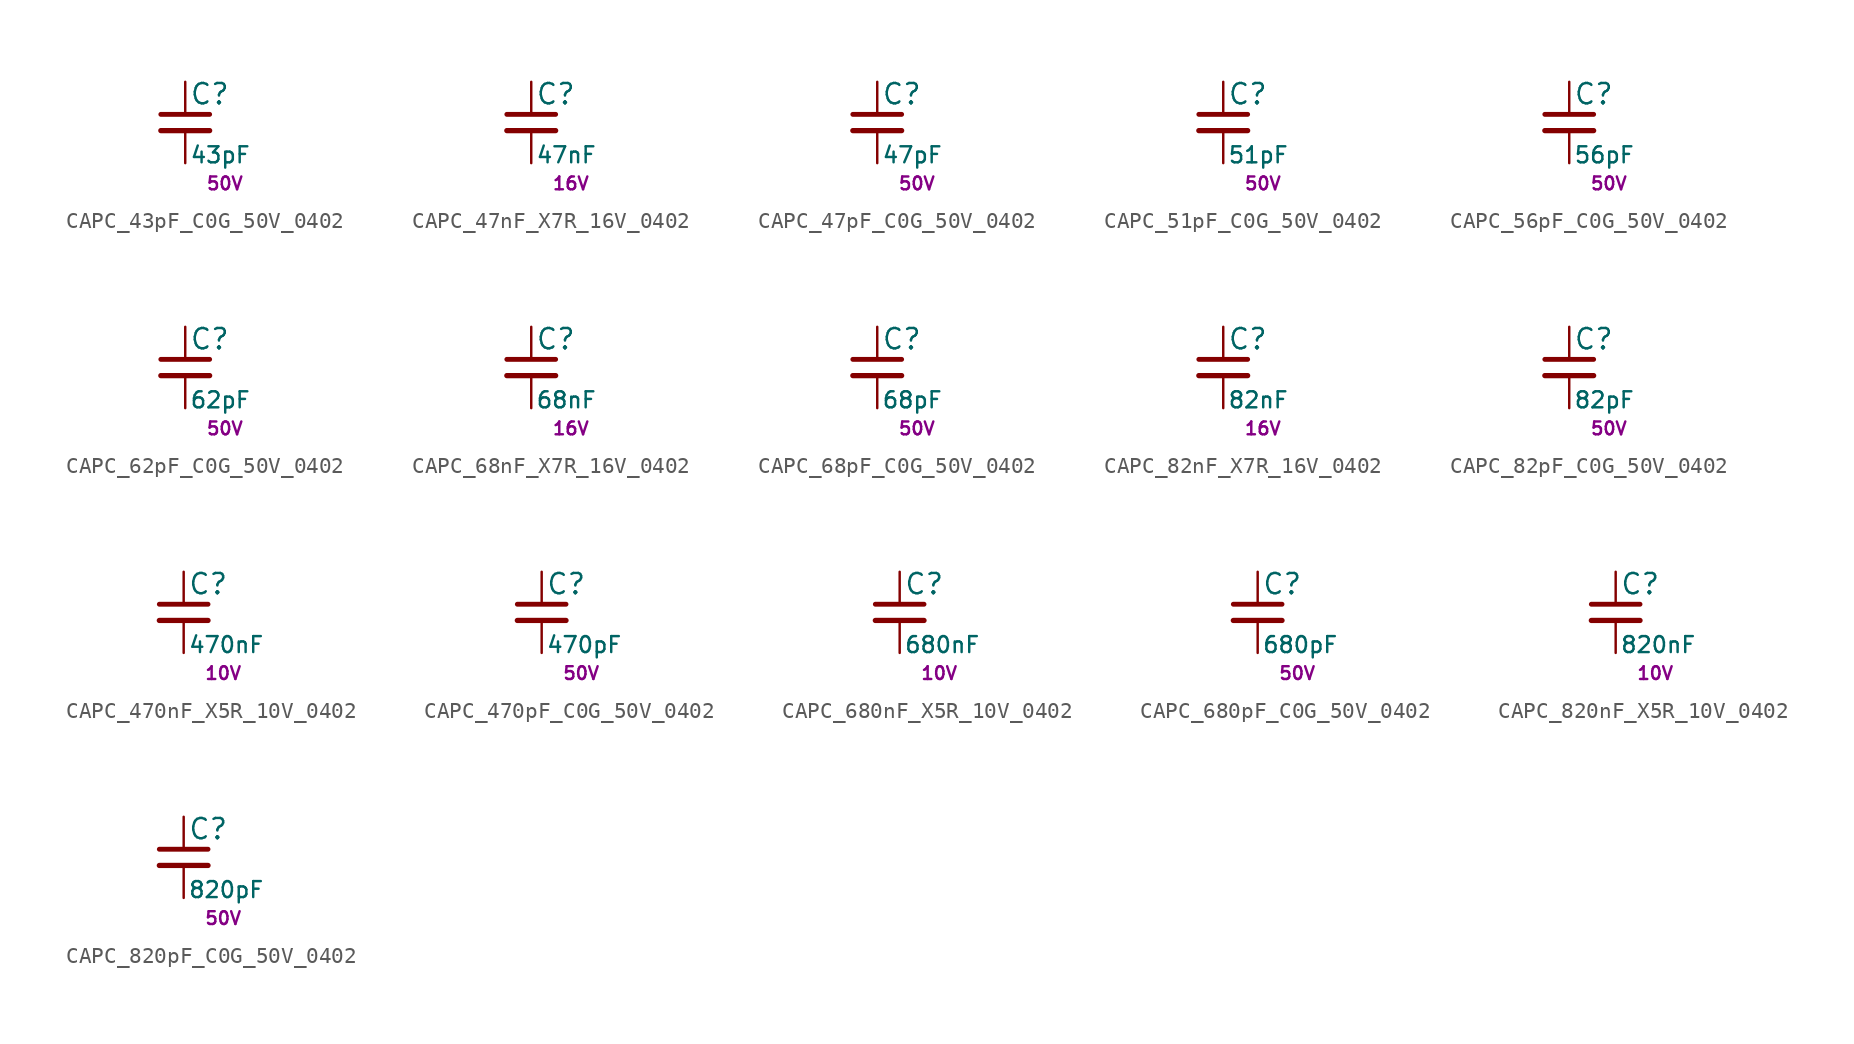
<source format=kicad_sym>
(kicad_symbol_lib
  (version 20211014)
  (generator kicad_LibGenerator)
  (symbol "CAPC_43pF_C0G_50V_0402"
    (pin_numbers hide)
    (pin_names
      (offset 0.254) hide)
    (property "Reference" "C"
      (at 0.254 1.778 0)
      (effects (font (size 1.27 1.27)) (justify left)))
    (property "Value" "43pF"
      (at 0.254 -2.032 0)
      (effects (font (size 1 1)) (justify left)))
    (property "Voltage" "50V"
      (at 1.27 -3.81 0)
      (effects (font (size 0.8 0.8)) (justify left)))
    (symbol "CAPC_43pF_C0G_50V_0402_0_1"
      (polyline (pts (xy -1.524 -0.508) (xy 1.524 -0.508)) (stroke (width 0.33) (type default) (color 0 0 0 0)) (fill (type none)))
      (polyline (pts (xy -1.524 0.508) (xy 1.524 0.508)) (stroke (width 0.305) (type default) (color 0 0 0 0)) (fill (type none))))
    (symbol "CAPC_43pF_C0G_50V_0402_1_1"
      (pin passive line (at 0 2.54 270) (length 2.032) (name "~" (effects (font (size 1.27 1.27)))) (number "1" (effects (font (size 1.27 1.27)))))
      (pin passive line (at 0 -2.54 90) (length 2.032) (name "~" (effects (font (size 1.27 1.27)))) (number "2" (effects (font (size 1.27 1.27)))))))
  (symbol "CAPC_47nF_X7R_16V_0402"
    (pin_numbers hide)
    (pin_names
      (offset 0.254) hide)
    (property "Reference" "C"
      (at 0.254 1.778 0)
      (effects (font (size 1.27 1.27)) (justify left)))
    (property "Value" "47nF"
      (at 0.254 -2.032 0)
      (effects (font (size 1 1)) (justify left)))
    (property "Voltage" "16V"
      (at 1.27 -3.81 0)
      (effects (font (size 0.8 0.8)) (justify left)))
    (symbol "CAPC_47nF_X7R_16V_0402_0_1"
      (polyline (pts (xy -1.524 -0.508) (xy 1.524 -0.508)) (stroke (width 0.33) (type default) (color 0 0 0 0)) (fill (type none)))
      (polyline (pts (xy -1.524 0.508) (xy 1.524 0.508)) (stroke (width 0.305) (type default) (color 0 0 0 0)) (fill (type none))))
    (symbol "CAPC_47nF_X7R_16V_0402_1_1"
      (pin passive line (at 0 2.54 270) (length 2.032) (name "~" (effects (font (size 1.27 1.27)))) (number "1" (effects (font (size 1.27 1.27)))))
      (pin passive line (at 0 -2.54 90) (length 2.032) (name "~" (effects (font (size 1.27 1.27)))) (number "2" (effects (font (size 1.27 1.27)))))))
  (symbol "CAPC_47pF_C0G_50V_0402"
    (pin_numbers hide)
    (pin_names
      (offset 0.254) hide)
    (property "Reference" "C"
      (at 0.254 1.778 0)
      (effects (font (size 1.27 1.27)) (justify left)))
    (property "Value" "47pF"
      (at 0.254 -2.032 0)
      (effects (font (size 1 1)) (justify left)))
    (property "Voltage" "50V"
      (at 1.27 -3.81 0)
      (effects (font (size 0.8 0.8)) (justify left)))
    (symbol "CAPC_47pF_C0G_50V_0402_0_1"
      (polyline (pts (xy -1.524 -0.508) (xy 1.524 -0.508)) (stroke (width 0.33) (type default) (color 0 0 0 0)) (fill (type none)))
      (polyline (pts (xy -1.524 0.508) (xy 1.524 0.508)) (stroke (width 0.305) (type default) (color 0 0 0 0)) (fill (type none))))
    (symbol "CAPC_47pF_C0G_50V_0402_1_1"
      (pin passive line (at 0 2.54 270) (length 2.032) (name "~" (effects (font (size 1.27 1.27)))) (number "1" (effects (font (size 1.27 1.27)))))
      (pin passive line (at 0 -2.54 90) (length 2.032) (name "~" (effects (font (size 1.27 1.27)))) (number "2" (effects (font (size 1.27 1.27)))))))
  (symbol "CAPC_51pF_C0G_50V_0402"
    (pin_numbers hide)
    (pin_names
      (offset 0.254) hide)
    (property "Reference" "C"
      (at 0.254 1.778 0)
      (effects (font (size 1.27 1.27)) (justify left)))
    (property "Value" "51pF"
      (at 0.254 -2.032 0)
      (effects (font (size 1 1)) (justify left)))
    (property "Voltage" "50V"
      (at 1.27 -3.81 0)
      (effects (font (size 0.8 0.8)) (justify left)))
    (symbol "CAPC_51pF_C0G_50V_0402_0_1"
      (polyline (pts (xy -1.524 -0.508) (xy 1.524 -0.508)) (stroke (width 0.33) (type default) (color 0 0 0 0)) (fill (type none)))
      (polyline (pts (xy -1.524 0.508) (xy 1.524 0.508)) (stroke (width 0.305) (type default) (color 0 0 0 0)) (fill (type none))))
    (symbol "CAPC_51pF_C0G_50V_0402_1_1"
      (pin passive line (at 0 2.54 270) (length 2.032) (name "~" (effects (font (size 1.27 1.27)))) (number "1" (effects (font (size 1.27 1.27)))))
      (pin passive line (at 0 -2.54 90) (length 2.032) (name "~" (effects (font (size 1.27 1.27)))) (number "2" (effects (font (size 1.27 1.27)))))))
  (symbol "CAPC_56pF_C0G_50V_0402"
    (pin_numbers hide)
    (pin_names
      (offset 0.254) hide)
    (property "Reference" "C"
      (at 0.254 1.778 0)
      (effects (font (size 1.27 1.27)) (justify left)))
    (property "Value" "56pF"
      (at 0.254 -2.032 0)
      (effects (font (size 1 1)) (justify left)))
    (property "Voltage" "50V"
      (at 1.27 -3.81 0)
      (effects (font (size 0.8 0.8)) (justify left)))
    (symbol "CAPC_56pF_C0G_50V_0402_0_1"
      (polyline (pts (xy -1.524 -0.508) (xy 1.524 -0.508)) (stroke (width 0.33) (type default) (color 0 0 0 0)) (fill (type none)))
      (polyline (pts (xy -1.524 0.508) (xy 1.524 0.508)) (stroke (width 0.305) (type default) (color 0 0 0 0)) (fill (type none))))
    (symbol "CAPC_56pF_C0G_50V_0402_1_1"
      (pin passive line (at 0 2.54 270) (length 2.032) (name "~" (effects (font (size 1.27 1.27)))) (number "1" (effects (font (size 1.27 1.27)))))
      (pin passive line (at 0 -2.54 90) (length 2.032) (name "~" (effects (font (size 1.27 1.27)))) (number "2" (effects (font (size 1.27 1.27)))))))
  (symbol "CAPC_62pF_C0G_50V_0402"
    (pin_numbers hide)
    (pin_names
      (offset 0.254) hide)
    (property "Reference" "C"
      (at 0.254 1.778 0)
      (effects (font (size 1.27 1.27)) (justify left)))
    (property "Value" "62pF"
      (at 0.254 -2.032 0)
      (effects (font (size 1 1)) (justify left)))
    (property "Voltage" "50V"
      (at 1.27 -3.81 0)
      (effects (font (size 0.8 0.8)) (justify left)))
    (symbol "CAPC_62pF_C0G_50V_0402_0_1"
      (polyline (pts (xy -1.524 -0.508) (xy 1.524 -0.508)) (stroke (width 0.33) (type default) (color 0 0 0 0)) (fill (type none)))
      (polyline (pts (xy -1.524 0.508) (xy 1.524 0.508)) (stroke (width 0.305) (type default) (color 0 0 0 0)) (fill (type none))))
    (symbol "CAPC_62pF_C0G_50V_0402_1_1"
      (pin passive line (at 0 2.54 270) (length 2.032) (name "~" (effects (font (size 1.27 1.27)))) (number "1" (effects (font (size 1.27 1.27)))))
      (pin passive line (at 0 -2.54 90) (length 2.032) (name "~" (effects (font (size 1.27 1.27)))) (number "2" (effects (font (size 1.27 1.27)))))))
  (symbol "CAPC_68nF_X7R_16V_0402"
    (pin_numbers hide)
    (pin_names
      (offset 0.254) hide)
    (property "Reference" "C"
      (at 0.254 1.778 0)
      (effects (font (size 1.27 1.27)) (justify left)))
    (property "Value" "68nF"
      (at 0.254 -2.032 0)
      (effects (font (size 1 1)) (justify left)))
    (property "Voltage" "16V"
      (at 1.27 -3.81 0)
      (effects (font (size 0.8 0.8)) (justify left)))
    (symbol "CAPC_68nF_X7R_16V_0402_0_1"
      (polyline (pts (xy -1.524 -0.508) (xy 1.524 -0.508)) (stroke (width 0.33) (type default) (color 0 0 0 0)) (fill (type none)))
      (polyline (pts (xy -1.524 0.508) (xy 1.524 0.508)) (stroke (width 0.305) (type default) (color 0 0 0 0)) (fill (type none))))
    (symbol "CAPC_68nF_X7R_16V_0402_1_1"
      (pin passive line (at 0 2.54 270) (length 2.032) (name "~" (effects (font (size 1.27 1.27)))) (number "1" (effects (font (size 1.27 1.27)))))
      (pin passive line (at 0 -2.54 90) (length 2.032) (name "~" (effects (font (size 1.27 1.27)))) (number "2" (effects (font (size 1.27 1.27)))))))
  (symbol "CAPC_68pF_C0G_50V_0402"
    (pin_numbers hide)
    (pin_names
      (offset 0.254) hide)
    (property "Reference" "C"
      (at 0.254 1.778 0)
      (effects (font (size 1.27 1.27)) (justify left)))
    (property "Value" "68pF"
      (at 0.254 -2.032 0)
      (effects (font (size 1 1)) (justify left)))
    (property "Voltage" "50V"
      (at 1.27 -3.81 0)
      (effects (font (size 0.8 0.8)) (justify left)))
    (symbol "CAPC_68pF_C0G_50V_0402_0_1"
      (polyline (pts (xy -1.524 -0.508) (xy 1.524 -0.508)) (stroke (width 0.33) (type default) (color 0 0 0 0)) (fill (type none)))
      (polyline (pts (xy -1.524 0.508) (xy 1.524 0.508)) (stroke (width 0.305) (type default) (color 0 0 0 0)) (fill (type none))))
    (symbol "CAPC_68pF_C0G_50V_0402_1_1"
      (pin passive line (at 0 2.54 270) (length 2.032) (name "~" (effects (font (size 1.27 1.27)))) (number "1" (effects (font (size 1.27 1.27)))))
      (pin passive line (at 0 -2.54 90) (length 2.032) (name "~" (effects (font (size 1.27 1.27)))) (number "2" (effects (font (size 1.27 1.27)))))))
  (symbol "CAPC_82nF_X7R_16V_0402"
    (pin_numbers hide)
    (pin_names
      (offset 0.254) hide)
    (property "Reference" "C"
      (at 0.254 1.778 0)
      (effects (font (size 1.27 1.27)) (justify left)))
    (property "Value" "82nF"
      (at 0.254 -2.032 0)
      (effects (font (size 1 1)) (justify left)))
    (property "Voltage" "16V"
      (at 1.27 -3.81 0)
      (effects (font (size 0.8 0.8)) (justify left)))
    (symbol "CAPC_82nF_X7R_16V_0402_0_1"
      (polyline (pts (xy -1.524 -0.508) (xy 1.524 -0.508)) (stroke (width 0.33) (type default) (color 0 0 0 0)) (fill (type none)))
      (polyline (pts (xy -1.524 0.508) (xy 1.524 0.508)) (stroke (width 0.305) (type default) (color 0 0 0 0)) (fill (type none))))
    (symbol "CAPC_82nF_X7R_16V_0402_1_1"
      (pin passive line (at 0 2.54 270) (length 2.032) (name "~" (effects (font (size 1.27 1.27)))) (number "1" (effects (font (size 1.27 1.27)))))
      (pin passive line (at 0 -2.54 90) (length 2.032) (name "~" (effects (font (size 1.27 1.27)))) (number "2" (effects (font (size 1.27 1.27)))))))
  (symbol "CAPC_82pF_C0G_50V_0402"
    (pin_numbers hide)
    (pin_names
      (offset 0.254) hide)
    (property "Reference" "C"
      (at 0.254 1.778 0)
      (effects (font (size 1.27 1.27)) (justify left)))
    (property "Value" "82pF"
      (at 0.254 -2.032 0)
      (effects (font (size 1 1)) (justify left)))
    (property "Voltage" "50V"
      (at 1.27 -3.81 0)
      (effects (font (size 0.8 0.8)) (justify left)))
    (symbol "CAPC_82pF_C0G_50V_0402_0_1"
      (polyline (pts (xy -1.524 -0.508) (xy 1.524 -0.508)) (stroke (width 0.33) (type default) (color 0 0 0 0)) (fill (type none)))
      (polyline (pts (xy -1.524 0.508) (xy 1.524 0.508)) (stroke (width 0.305) (type default) (color 0 0 0 0)) (fill (type none))))
    (symbol "CAPC_82pF_C0G_50V_0402_1_1"
      (pin passive line (at 0 2.54 270) (length 2.032) (name "~" (effects (font (size 1.27 1.27)))) (number "1" (effects (font (size 1.27 1.27)))))
      (pin passive line (at 0 -2.54 90) (length 2.032) (name "~" (effects (font (size 1.27 1.27)))) (number "2" (effects (font (size 1.27 1.27)))))))
  (symbol "CAPC_470nF_X5R_10V_0402"
    (pin_numbers hide)
    (pin_names
      (offset 0.254) hide)
    (property "Reference" "C"
      (at 0.254 1.778 0)
      (effects (font (size 1.27 1.27)) (justify left)))
    (property "Value" "470nF"
      (at 0.254 -2.032 0)
      (effects (font (size 1 1)) (justify left)))
    (property "Voltage" "10V"
      (at 1.27 -3.81 0)
      (effects (font (size 0.8 0.8)) (justify left)))
    (symbol "CAPC_470nF_X5R_10V_0402_0_1"
      (polyline (pts (xy -1.524 -0.508) (xy 1.524 -0.508)) (stroke (width 0.33) (type default) (color 0 0 0 0)) (fill (type none)))
      (polyline (pts (xy -1.524 0.508) (xy 1.524 0.508)) (stroke (width 0.305) (type default) (color 0 0 0 0)) (fill (type none))))
    (symbol "CAPC_470nF_X5R_10V_0402_1_1"
      (pin passive line (at 0 2.54 270) (length 2.032) (name "~" (effects (font (size 1.27 1.27)))) (number "1" (effects (font (size 1.27 1.27)))))
      (pin passive line (at 0 -2.54 90) (length 2.032) (name "~" (effects (font (size 1.27 1.27)))) (number "2" (effects (font (size 1.27 1.27)))))))
  (symbol "CAPC_470pF_C0G_50V_0402"
    (pin_numbers hide)
    (pin_names
      (offset 0.254) hide)
    (property "Reference" "C"
      (at 0.254 1.778 0)
      (effects (font (size 1.27 1.27)) (justify left)))
    (property "Value" "470pF"
      (at 0.254 -2.032 0)
      (effects (font (size 1 1)) (justify left)))
    (property "Voltage" "50V"
      (at 1.27 -3.81 0)
      (effects (font (size 0.8 0.8)) (justify left)))
    (symbol "CAPC_470pF_C0G_50V_0402_0_1"
      (polyline (pts (xy -1.524 -0.508) (xy 1.524 -0.508)) (stroke (width 0.33) (type default) (color 0 0 0 0)) (fill (type none)))
      (polyline (pts (xy -1.524 0.508) (xy 1.524 0.508)) (stroke (width 0.305) (type default) (color 0 0 0 0)) (fill (type none))))
    (symbol "CAPC_470pF_C0G_50V_0402_1_1"
      (pin passive line (at 0 2.54 270) (length 2.032) (name "~" (effects (font (size 1.27 1.27)))) (number "1" (effects (font (size 1.27 1.27)))))
      (pin passive line (at 0 -2.54 90) (length 2.032) (name "~" (effects (font (size 1.27 1.27)))) (number "2" (effects (font (size 1.27 1.27)))))))
  (symbol "CAPC_680nF_X5R_10V_0402"
    (pin_numbers hide)
    (pin_names
      (offset 0.254) hide)
    (property "Reference" "C"
      (at 0.254 1.778 0)
      (effects (font (size 1.27 1.27)) (justify left)))
    (property "Value" "680nF"
      (at 0.254 -2.032 0)
      (effects (font (size 1 1)) (justify left)))
    (property "Voltage" "10V"
      (at 1.27 -3.81 0)
      (effects (font (size 0.8 0.8)) (justify left)))
    (symbol "CAPC_680nF_X5R_10V_0402_0_1"
      (polyline (pts (xy -1.524 -0.508) (xy 1.524 -0.508)) (stroke (width 0.33) (type default) (color 0 0 0 0)) (fill (type none)))
      (polyline (pts (xy -1.524 0.508) (xy 1.524 0.508)) (stroke (width 0.305) (type default) (color 0 0 0 0)) (fill (type none))))
    (symbol "CAPC_680nF_X5R_10V_0402_1_1"
      (pin passive line (at 0 2.54 270) (length 2.032) (name "~" (effects (font (size 1.27 1.27)))) (number "1" (effects (font (size 1.27 1.27)))))
      (pin passive line (at 0 -2.54 90) (length 2.032) (name "~" (effects (font (size 1.27 1.27)))) (number "2" (effects (font (size 1.27 1.27)))))))
  (symbol "CAPC_680pF_C0G_50V_0402"
    (pin_numbers hide)
    (pin_names
      (offset 0.254) hide)
    (property "Reference" "C"
      (at 0.254 1.778 0)
      (effects (font (size 1.27 1.27)) (justify left)))
    (property "Value" "680pF"
      (at 0.254 -2.032 0)
      (effects (font (size 1 1)) (justify left)))
    (property "Voltage" "50V"
      (at 1.27 -3.81 0)
      (effects (font (size 0.8 0.8)) (justify left)))
    (symbol "CAPC_680pF_C0G_50V_0402_0_1"
      (polyline (pts (xy -1.524 -0.508) (xy 1.524 -0.508)) (stroke (width 0.33) (type default) (color 0 0 0 0)) (fill (type none)))
      (polyline (pts (xy -1.524 0.508) (xy 1.524 0.508)) (stroke (width 0.305) (type default) (color 0 0 0 0)) (fill (type none))))
    (symbol "CAPC_680pF_C0G_50V_0402_1_1"
      (pin passive line (at 0 2.54 270) (length 2.032) (name "~" (effects (font (size 1.27 1.27)))) (number "1" (effects (font (size 1.27 1.27)))))
      (pin passive line (at 0 -2.54 90) (length 2.032) (name "~" (effects (font (size 1.27 1.27)))) (number "2" (effects (font (size 1.27 1.27)))))))
  (symbol "CAPC_820nF_X5R_10V_0402"
    (pin_numbers hide)
    (pin_names
      (offset 0.254) hide)
    (property "Reference" "C"
      (at 0.254 1.778 0)
      (effects (font (size 1.27 1.27)) (justify left)))
    (property "Value" "820nF"
      (at 0.254 -2.032 0)
      (effects (font (size 1 1)) (justify left)))
    (property "Voltage" "10V"
      (at 1.27 -3.81 0)
      (effects (font (size 0.8 0.8)) (justify left)))
    (symbol "CAPC_820nF_X5R_10V_0402_0_1"
      (polyline (pts (xy -1.524 -0.508) (xy 1.524 -0.508)) (stroke (width 0.33) (type default) (color 0 0 0 0)) (fill (type none)))
      (polyline (pts (xy -1.524 0.508) (xy 1.524 0.508)) (stroke (width 0.305) (type default) (color 0 0 0 0)) (fill (type none))))
    (symbol "CAPC_820nF_X5R_10V_0402_1_1"
      (pin passive line (at 0 2.54 270) (length 2.032) (name "~" (effects (font (size 1.27 1.27)))) (number "1" (effects (font (size 1.27 1.27)))))
      (pin passive line (at 0 -2.54 90) (length 2.032) (name "~" (effects (font (size 1.27 1.27)))) (number "2" (effects (font (size 1.27 1.27)))))))
  (symbol "CAPC_820pF_C0G_50V_0402"
    (pin_numbers hide)
    (pin_names
      (offset 0.254) hide)
    (property "Reference" "C"
      (at 0.254 1.778 0)
      (effects (font (size 1.27 1.27)) (justify left)))
    (property "Value" "820pF"
      (at 0.254 -2.032 0)
      (effects (font (size 1 1)) (justify left)))
    (property "Voltage" "50V"
      (at 1.27 -3.81 0)
      (effects (font (size 0.8 0.8)) (justify left)))
    (symbol "CAPC_820pF_C0G_50V_0402_0_1"
      (polyline (pts (xy -1.524 -0.508) (xy 1.524 -0.508)) (stroke (width 0.33) (type default) (color 0 0 0 0)) (fill (type none)))
      (polyline (pts (xy -1.524 0.508) (xy 1.524 0.508)) (stroke (width 0.305) (type default) (color 0 0 0 0)) (fill (type none))))
    (symbol "CAPC_820pF_C0G_50V_0402_1_1"
      (pin passive line (at 0 2.54 270) (length 2.032) (name "~" (effects (font (size 1.27 1.27)))) (number "1" (effects (font (size 1.27 1.27)))))
      (pin passive line (at 0 -2.54 90) (length 2.032) (name "~" (effects (font (size 1.27 1.27)))) (number "2" (effects (font (size 1.27 1.27))))))))
</source>
